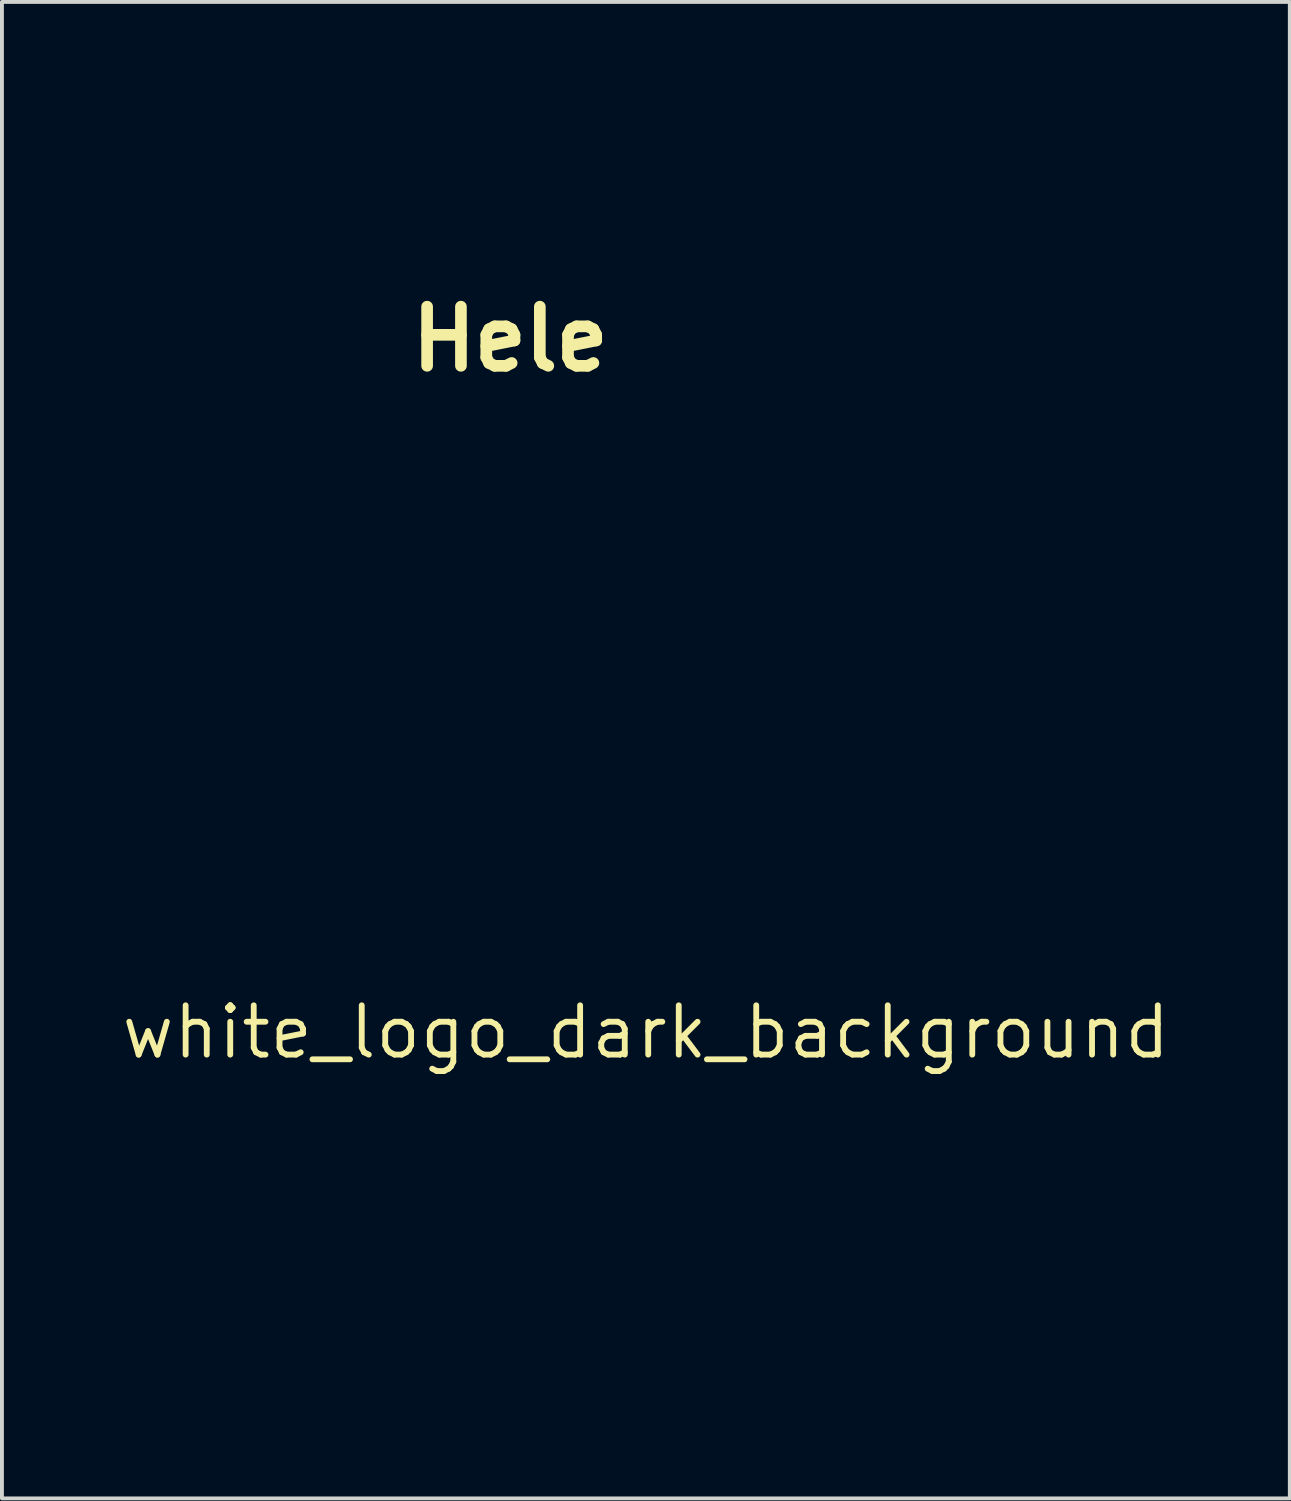
<source format=kicad_pcb>
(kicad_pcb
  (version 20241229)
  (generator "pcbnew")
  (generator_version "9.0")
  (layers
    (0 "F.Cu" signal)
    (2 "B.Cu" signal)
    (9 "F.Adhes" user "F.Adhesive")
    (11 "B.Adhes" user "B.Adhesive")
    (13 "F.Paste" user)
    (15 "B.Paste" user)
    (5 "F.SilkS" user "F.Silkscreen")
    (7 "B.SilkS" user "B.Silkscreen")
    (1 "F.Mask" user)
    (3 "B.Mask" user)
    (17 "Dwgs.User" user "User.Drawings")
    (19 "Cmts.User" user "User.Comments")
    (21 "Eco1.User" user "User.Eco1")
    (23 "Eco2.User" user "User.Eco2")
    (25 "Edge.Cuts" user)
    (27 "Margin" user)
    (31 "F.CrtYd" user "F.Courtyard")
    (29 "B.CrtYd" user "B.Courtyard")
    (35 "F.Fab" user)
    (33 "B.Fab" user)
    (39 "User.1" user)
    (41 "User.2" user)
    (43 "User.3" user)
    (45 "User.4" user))
  (footprint "white_logo_dark_background"
    (layer "F.Cu")
    (at 13.584 23.531)
    (property "Reference" "white_logo_dark_background" (at 0 0 0) (layer "F.SilkS") (effects (font (size 1.27 1.27) (thickness 0.15))))
    (attr through_hole)
    (fp_poly (pts (xy 9.004 9.004) (xy -8.992 9.004) (xy -8.992 -8.992) (xy 9.004 -8.992) (xy 9.004 9.004)) (stroke (width 0.01) (type solid)) (fill yes) (layer "F.Mask")))
  (footprint "Hele"
    (layer "F.Cu")
    (at 10.091 5.682)
    (property "Reference" "Hele" (at 0 0 0) (layer "F.SilkS") (effects (font (size 1.524 1.524) (thickness 0.3))))
    (attr board_only exclude_from_pos_files exclude_from_bom)
    (fp_poly (pts (xy -6.727 3.185) (xy -6.685 3.268) (xy -6.721 3.445) (xy -6.84 3.767) (xy -6.94 4.014) (xy -7.123 4.505) (xy -7.296 5.033) (xy -7.349 5.212) (xy -7.454 5.547) (xy -7.533 5.671) (xy -7.601 5.606) (xy -7.605 5.597) (xy -7.648 5.315) (xy -7.613 4.917) (xy -7.517 4.459) (xy -7.379 3.997) (xy -7.216 3.587) (xy -7.045 3.285) (xy -6.884 3.148) (xy -6.841 3.147)) (stroke (width 0) (type solid)) (fill yes) (layer "F.Mask"))
    (fp_poly (pts (xy 1.886 -5.653) (xy 1.935 -5.541) (xy 1.875 -5.309) (xy 1.696 -4.923) (xy 1.617 -4.773) (xy 1.377 -4.264) (xy 1.167 -3.718) (xy 1.045 -3.306) (xy 0.95 -2.958) (xy 0.86 -2.745) (xy 0.805 -2.71) (xy 0.721 -2.947) (xy 0.743 -3.349) (xy 0.864 -3.872) (xy 1.076 -4.468) (xy 1.082 -4.484) (xy 1.331 -5.057) (xy 1.523 -5.43) (xy 1.675 -5.63) (xy 1.807 -5.682)) (stroke (width 0) (type solid)) (fill yes) (layer "F.Mask"))
    (fp_poly (pts (xy -9.138 3.031) (xy -9.003 3.155) (xy -8.96 3.299) (xy -9.002 3.559) (xy -9.137 3.972) (xy -9.272 4.323) (xy -9.46 4.797) (xy -9.619 5.205) (xy -9.724 5.48) (xy -9.746 5.541) (xy -9.874 5.724) (xy -10.022 5.72) (xy -10.091 5.612) (xy -10.069 5.444) (xy -9.973 5.115) (xy -9.821 4.682) (xy -9.741 4.476) (xy -9.563 4) (xy -9.426 3.586) (xy -9.352 3.3) (xy -9.345 3.237) (xy -9.288 3.028)) (stroke (width 0) (type solid)) (fill yes) (layer "F.Mask"))
    (fp_poly (pts (xy 0.671 -0.224) (xy 0.702 -0.142) (xy 0.63 0.056) (xy 0.479 0.359) (xy 0.308 0.745) (xy 0.238 1.016) (xy 0.272 1.14) (xy 0.412 1.084) (xy 0.419 1.078) (xy 0.57 1.001) (xy 0.599 1.059) (xy 0.499 1.222) (xy 0.275 1.341) (xy 0.044 1.356) (xy 0.03 1.352) (xy -0.085 1.204) (xy -0.12 1.004) (xy -0.065 0.695) (xy 0.073 0.343) (xy 0.254 0.022) (xy 0.438 -0.193) (xy 0.542 -0.24)) (stroke (width 0) (type solid)) (fill yes) (layer "F.Mask"))
    (fp_poly (pts (xy -5.664 3.136) (xy -5.645 3.158) (xy -5.593 3.312) (xy -5.641 3.565) (xy -5.801 3.968) (xy -5.827 4.027) (xy -6.024 4.489) (xy -6.2 4.945) (xy -6.288 5.206) (xy -6.436 5.564) (xy -6.593 5.729) (xy -6.736 5.681) (xy -6.757 5.651) (xy -6.747 5.494) (xy -6.659 5.179) (xy -6.509 4.77) (xy -6.473 4.68) (xy -6.288 4.202) (xy -6.135 3.753) (xy -6.045 3.425) (xy -6.041 3.409) (xy -5.952 3.095) (xy -5.833 3.008)) (stroke (width 0) (type solid)) (fill yes) (layer "F.Mask"))
    (fp_poly (pts (xy -0.077 3.101) (xy 0.006 3.205) (xy 0.013 3.358) (xy -0.068 3.614) (xy -0.244 4.023) (xy -0.446 4.497) (xy -0.626 4.96) (xy -0.733 5.273) (xy -0.869 5.625) (xy -0.999 5.745) (xy -1.132 5.641) (xy -1.139 5.63) (xy -1.133 5.469) (xy -1.051 5.147) (xy -0.909 4.722) (xy -0.847 4.555) (xy -0.678 4.102) (xy -0.55 3.725) (xy -0.483 3.487) (xy -0.477 3.448) (xy -0.415 3.215) (xy -0.367 3.123) (xy -0.241 3.014)) (stroke (width 0) (type solid)) (fill yes) (layer "F.Mask"))
    (fp_poly (pts (xy -4.363 3.042) (xy -4.211 3.156) (xy -4.264 3.312) (xy -4.532 3.525) (xy -4.716 3.638) (xy -5.068 3.882) (xy -5.356 4.146) (xy -5.437 4.249) (xy -5.565 4.493) (xy -5.548 4.705) (xy -5.462 4.891) (xy -5.277 5.185) (xy -5.1 5.385) (xy -4.93 5.588) (xy -4.974 5.718) (xy -5.149 5.751) (xy -5.38 5.646) (xy -5.551 5.421) (xy -5.757 4.944) (xy -5.809 4.573) (xy -5.706 4.225) (xy -5.495 3.889) (xy -5.117 3.433) (xy -4.765 3.138) (xy -4.469 3.027)) (stroke (width 0) (type solid)) (fill yes) (layer "F.Mask"))
    (fp_poly (pts (xy 1.319 3.116) (xy 1.323 3.276) (xy 1.124 3.459) (xy 1.04 3.511) (xy 0.621 3.8) (xy 0.276 4.109) (xy 0.055 4.388) (xy 0 4.547) (xy 0.064 4.758) (xy 0.225 5.062) (xy 0.3 5.178) (xy 0.508 5.498) (xy 0.58 5.67) (xy 0.521 5.739) (xy 0.359 5.751) (xy 0.164 5.738) (xy 0.12 5.721) (xy 0.081 5.602) (xy -0.019 5.328) (xy -0.117 5.069) (xy -0.353 4.447) (xy 0.13 3.835) (xy 0.529 3.387) (xy 0.875 3.11) (xy 1.146 3.018)) (stroke (width 0) (type solid)) (fill yes) (layer "F.Mask"))
    (fp_poly (pts (xy 1.402 -0.142) (xy 1.436 -0.002) (xy 1.363 0.321) (xy 1.179 0.839) (xy 1.132 0.959) (xy 0.786 1.704) (xy 0.427 2.234) (xy 0.061 2.543) (xy -0.305 2.624) (xy -0.599 2.516) (xy -0.683 2.432) (xy -0.558 2.4) (xy -0.462 2.398) (xy -0.198 2.306) (xy 0.114 2.081) (xy 0.401 1.791) (xy 0.585 1.508) (xy 0.614 1.404) (xy 0.64 1.168) (xy 0.657 1.006) (xy 0.735 0.73) (xy 0.89 0.412) (xy 1.079 0.117) (xy 1.262 -0.09) (xy 1.396 -0.145)) (stroke (width 0) (type solid)) (fill yes) (layer "F.Mask"))
    (fp_poly (pts (xy -7.636 3.106) (xy -7.563 3.25) (xy -7.697 3.382) (xy -7.722 3.397) (xy -7.937 3.552) (xy -8.247 3.808) (xy -8.486 4.021) (xy -8.776 4.296) (xy -8.917 4.475) (xy -8.935 4.626) (xy -8.857 4.814) (xy -8.829 4.869) (xy -8.642 5.168) (xy -8.455 5.384) (xy -8.455 5.385) (xy -8.285 5.588) (xy -8.328 5.718) (xy -8.502 5.751) (xy -8.75 5.654) (xy -8.846 5.541) (xy -8.954 5.29) (xy -9.079 4.943) (xy -9.1 4.879) (xy -9.172 4.617) (xy -9.166 4.417) (xy -9.059 4.197) (xy -8.828 3.878) (xy -8.801 3.843) (xy -8.386 3.361) (xy -8.037 3.089) (xy -7.764 3.032)) (stroke (width 0) (type solid)) (fill yes) (layer "F.Mask"))
    (fp_poly (pts (xy 4.099 3.055) (xy 4.198 3.27) (xy 4.243 3.504) (xy 4.33 3.959) (xy 4.433 4.186) (xy 4.571 4.197) (xy 4.765 4.004) (xy 4.87 3.864) (xy 5.1 3.532) (xy 5.287 3.25) (xy 5.34 3.165) (xy 5.471 3.038) (xy 5.543 3.069) (xy 5.51 3.215) (xy 5.353 3.485) (xy 5.106 3.822) (xy 5.091 3.841) (xy 4.675 4.455) (xy 4.446 5.055) (xy 4.431 5.122) (xy 4.332 5.5) (xy 4.224 5.692) (xy 4.076 5.75) (xy 4.052 5.751) (xy 3.873 5.693) (xy 3.873 5.584) (xy 4.055 5.061) (xy 4.134 4.667) (xy 4.113 4.315) (xy 3.997 3.92) (xy 3.964 3.833) (xy 3.807 3.407) (xy 3.736 3.157) (xy 3.751 3.036) (xy 3.85 2.998) (xy 3.94 2.995)) (stroke (width 0) (type solid)) (fill yes) (layer "F.Mask"))
    (fp_poly (pts (xy 9.076 3.045) (xy 9.165 3.163) (xy 9.047 3.3) (xy 8.949 3.346) (xy 8.567 3.605) (xy 8.241 4.04) (xy 8.019 4.585) (xy 7.935 5.098) (xy 8.001 5.446) (xy 8.214 5.615) (xy 8.341 5.631) (xy 8.699 5.52) (xy 9.034 5.22) (xy 9.315 4.781) (xy 9.509 4.255) (xy 9.584 3.691) (xy 9.584 3.677) (xy 9.62 3.455) (xy 9.705 3.415) (xy 9.807 3.606) (xy 9.812 3.946) (xy 9.725 4.365) (xy 9.575 4.754) (xy 9.259 5.241) (xy 8.87 5.592) (xy 8.454 5.785) (xy 8.053 5.794) (xy 7.818 5.688) (xy 7.614 5.41) (xy 7.549 5.007) (xy 7.604 4.533) (xy 7.757 4.044) (xy 7.989 3.593) (xy 8.281 3.236) (xy 8.612 3.027) (xy 8.799 2.995)) (stroke (width 0) (type solid)) (fill yes) (layer "F.Mask"))
    (fp_poly (pts (xy 0.389 -4.332) (xy 0.454 -4.118) (xy 0.351 -3.844) (xy 0.116 -3.573) (xy -0.115 -3.417) (xy -0.36 -3.261) (xy -0.478 -3.13) (xy -0.479 -3.119) (xy -0.392 -2.954) (xy -0.168 -2.939) (xy 0.095 -3.052) (xy 0.419 -3.249) (xy 0.136 -3.002) (xy -0.186 -2.804) (xy -0.484 -2.761) (xy -0.639 -2.836) (xy -0.713 -3.048) (xy -0.703 -3.388) (xy -0.661 -3.573) (xy -0.359 -3.573) (xy -0.294 -3.474) (xy -0.137 -3.537) (xy 0.051 -3.738) (xy 0.053 -3.741) (xy 0.212 -4.012) (xy 0.218 -4.129) (xy 0.081 -4.073) (xy -0.06 -3.954) (xy -0.263 -3.737) (xy -0.358 -3.583) (xy -0.359 -3.573) (xy -0.661 -3.573) (xy -0.619 -3.76) (xy -0.537 -3.958) (xy -0.313 -4.229) (xy -0.021 -4.389) (xy 0.259 -4.405)) (stroke (width 0) (type solid)) (fill yes) (layer "F.Mask"))
    (fp_poly (pts (xy 2.548 -4.405) (xy 2.63 -4.27) (xy 2.636 -4.15) (xy 2.519 -3.769) (xy 2.178 -3.44) (xy 2.027 -3.35) (xy 1.852 -3.186) (xy 1.801 -3.003) (xy 1.888 -2.885) (xy 1.95 -2.875) (xy 2.157 -2.936) (xy 2.4 -3.065) (xy 2.696 -3.254) (xy 2.413 -3.005) (xy 2.055 -2.788) (xy 1.737 -2.794) (xy 1.582 -2.899) (xy 1.46 -3.172) (xy 1.494 -3.511) (xy 1.841 -3.511) (xy 1.873 -3.475) (xy 2.018 -3.547) (xy 2.177 -3.673) (xy 2.337 -3.869) (xy 2.404 -4.044) (xy 2.371 -4.138) (xy 2.235 -4.088) (xy 2.21 -4.068) (xy 2.032 -3.879) (xy 1.895 -3.668) (xy 1.841 -3.511) (xy 1.494 -3.511) (xy 1.495 -3.525) (xy 1.652 -3.891) (xy 1.9 -4.201) (xy 2.205 -4.388) (xy 2.31 -4.411)) (stroke (width 0) (type solid)) (fill yes) (layer "F.Mask"))
    (fp_poly (pts (xy 7.246 3.074) (xy 7.398 3.285) (xy 7.408 3.339) (xy 7.39 3.596) (xy 7.288 3.781) (xy 7.152 3.822) (xy 7.105 3.791) (xy 7.093 3.635) (xy 7.166 3.466) (xy 7.251 3.273) (xy 7.167 3.174) (xy 7.131 3.159) (xy 6.834 3.143) (xy 6.551 3.343) (xy 6.349 3.62) (xy 6.112 4.095) (xy 5.968 4.568) (xy 5.92 4.99) (xy 5.972 5.314) (xy 6.127 5.492) (xy 6.227 5.511) (xy 6.461 5.44) (xy 6.746 5.268) (xy 6.768 5.251) (xy 7.1 4.991) (xy 6.962 5.248) (xy 6.689 5.563) (xy 6.333 5.726) (xy 5.967 5.718) (xy 5.7 5.563) (xy 5.53 5.239) (xy 5.488 4.78) (xy 5.573 4.253) (xy 5.722 3.85) (xy 5.961 3.502) (xy 6.283 3.235) (xy 6.638 3.065) (xy 6.976 3.006)) (stroke (width 0) (type solid)) (fill yes) (layer "F.Mask"))
    (fp_poly (pts (xy -2.807 3.041) (xy -2.694 3.151) (xy -2.785 3.284) (xy -2.909 3.345) (xy -3.269 3.58) (xy -3.603 3.961) (xy -3.841 4.397) (xy -3.899 4.601) (xy -3.952 5.114) (xy -3.876 5.438) (xy -3.666 5.593) (xy -3.592 5.606) (xy -3.24 5.533) (xy -2.91 5.247) (xy -2.623 4.777) (xy -2.4 4.149) (xy -2.39 4.11) (xy -2.278 3.7) (xy -2.197 3.503) (xy -2.136 3.496) (xy -2.106 3.564) (xy -2.079 4.004) (xy -2.222 4.502) (xy -2.497 4.994) (xy -2.867 5.415) (xy -3.298 5.7) (xy -3.315 5.707) (xy -3.606 5.825) (xy -3.773 5.852) (xy -3.917 5.78) (xy -4.075 5.654) (xy -4.28 5.347) (xy -4.341 4.921) (xy -4.279 4.435) (xy -4.114 3.943) (xy -3.866 3.504) (xy -3.557 3.172) (xy -3.207 3.005) (xy -3.101 2.995)) (stroke (width 0) (type solid)) (fill yes) (layer "F.Mask"))
    (fp_poly (pts (xy -0.452 -1.458) (xy -0.395 -1.307) (xy -0.522 -1.097) (xy -0.563 -1.05) (xy -0.744 -0.81) (xy -0.952 -0.473) (xy -1.145 -0.117) (xy -1.281 0.178) (xy -1.318 0.318) (xy -1.245 0.294) (xy -1.059 0.136) (xy -0.943 0.021) (xy -0.684 -0.213) (xy -0.51 -0.276) (xy -0.404 -0.227) (xy -0.263 0.002) (xy -0.24 0.142) (xy -0.32 0.506) (xy -0.525 0.885) (xy -0.802 1.208) (xy -1.096 1.407) (xy -1.241 1.438) (xy -1.384 1.423) (xy -1.38 1.346) (xy -1.22 1.157) (xy -1.174 1.108) (xy -0.923 0.796) (xy -0.708 0.454) (xy -0.564 0.146) (xy -0.524 -0.062) (xy -0.541 -0.101) (xy -0.657 -0.071) (xy -0.846 0.111) (xy -1.059 0.387) (xy -1.251 0.701) (xy -1.33 0.867) (xy -1.481 1.138) (xy -1.598 1.182) (xy -1.66 1.012) (xy -1.65 0.683) (xy -1.569 0.299) (xy -1.415 -0.173) (xy -1.219 -0.659) (xy -1.011 -1.088) (xy -0.822 -1.387) (xy -0.758 -1.455) (xy -0.571 -1.533)) (stroke (width 0) (type solid)) (fill yes) (layer "F.Mask"))
    (fp_poly (pts (xy 3.286 3.051) (xy 3.355 3.108) (xy 3.251 3.201) (xy 3.025 3.237) (xy 2.655 3.29) (xy 2.411 3.486) (xy 2.294 3.676) (xy 2.177 3.934) (xy 2.211 4.047) (xy 2.418 4.073) (xy 2.456 4.074) (xy 2.697 4.136) (xy 2.756 4.253) (xy 2.708 4.405) (xy 2.666 4.419) (xy 2.252 4.404) (xy 1.981 4.543) (xy 1.791 4.876) (xy 1.753 4.98) (xy 1.567 5.527) (xy 2.221 5.446) (xy 2.601 5.408) (xy 2.799 5.425) (xy 2.87 5.504) (xy 2.875 5.557) (xy 2.833 5.664) (xy 2.675 5.724) (xy 2.352 5.748) (xy 2.093 5.751) (xy 1.592 5.728) (xy 1.314 5.659) (xy 1.251 5.595) (xy 1.255 5.391) (xy 1.342 5.081) (xy 1.373 5.002) (xy 1.474 4.675) (xy 1.493 4.417) (xy 1.484 4.38) (xy 1.487 4.222) (xy 1.548 4.193) (xy 1.704 4.09) (xy 1.818 3.845) (xy 1.86 3.555) (xy 1.806 3.326) (xy 1.701 3.144) (xy 1.678 3.087) (xy 1.788 3.066) (xy 2.077 3.042) (xy 2.483 3.019) (xy 2.517 3.018) (xy 3.002 3.013)) (stroke (width 0) (type solid)) (fill yes) (layer "F.Mask"))
    (fp_poly (pts (xy -2.053 -5.348) (xy -1.924 -5.22) (xy -1.849 -5.042) (xy -1.917 -4.793) (xy -1.969 -4.687) (xy -2.113 -4.388) (xy -2.123 -4.243) (xy -1.979 -4.197) (xy -1.79 -4.193) (xy -1.553 -4.223) (xy -1.388 -4.35) (xy -1.23 -4.634) (xy -1.186 -4.733) (xy -1.005 -5.06) (xy -0.827 -5.248) (xy -0.759 -5.272) (xy -0.672 -5.267) (xy -0.628 -5.228) (xy -0.634 -5.115) (xy -0.699 -4.889) (xy -0.829 -4.512) (xy -1.007 -4.014) (xy -1.156 -3.564) (xy -1.265 -3.171) (xy -1.312 -2.916) (xy -1.313 -2.905) (xy -1.357 -2.695) (xy -1.425 -2.636) (xy -1.567 -2.743) (xy -1.63 -3.036) (xy -1.604 -3.47) (xy -1.599 -3.503) (xy -1.559 -3.809) (xy -1.59 -3.935) (xy -1.72 -3.937) (xy -1.809 -3.914) (xy -2.088 -3.853) (xy -2.237 -3.836) (xy -2.35 -3.731) (xy -2.49 -3.463) (xy -2.576 -3.235) (xy -2.736 -2.83) (xy -2.876 -2.652) (xy -3.008 -2.69) (xy -3.052 -2.75) (xy -3.054 -2.924) (xy -2.973 -3.217) (xy -2.935 -3.313) (xy -2.829 -3.632) (xy -2.797 -3.87) (xy -2.804 -3.908) (xy -2.765 -4.073) (xy -2.702 -4.115) (xy -2.584 -4.257) (xy -2.455 -4.556) (xy -2.387 -4.784) (xy -2.272 -5.174) (xy -2.17 -5.354)) (stroke (width 0) (type solid)) (fill yes) (layer "F.Mask")))
  (gr_rect
    (start -3 -3)
    (end 30.168 35.54)
    (stroke (width 0.1) (type default))
    (fill no)
    (layer "Edge.Cuts")))
</source>
